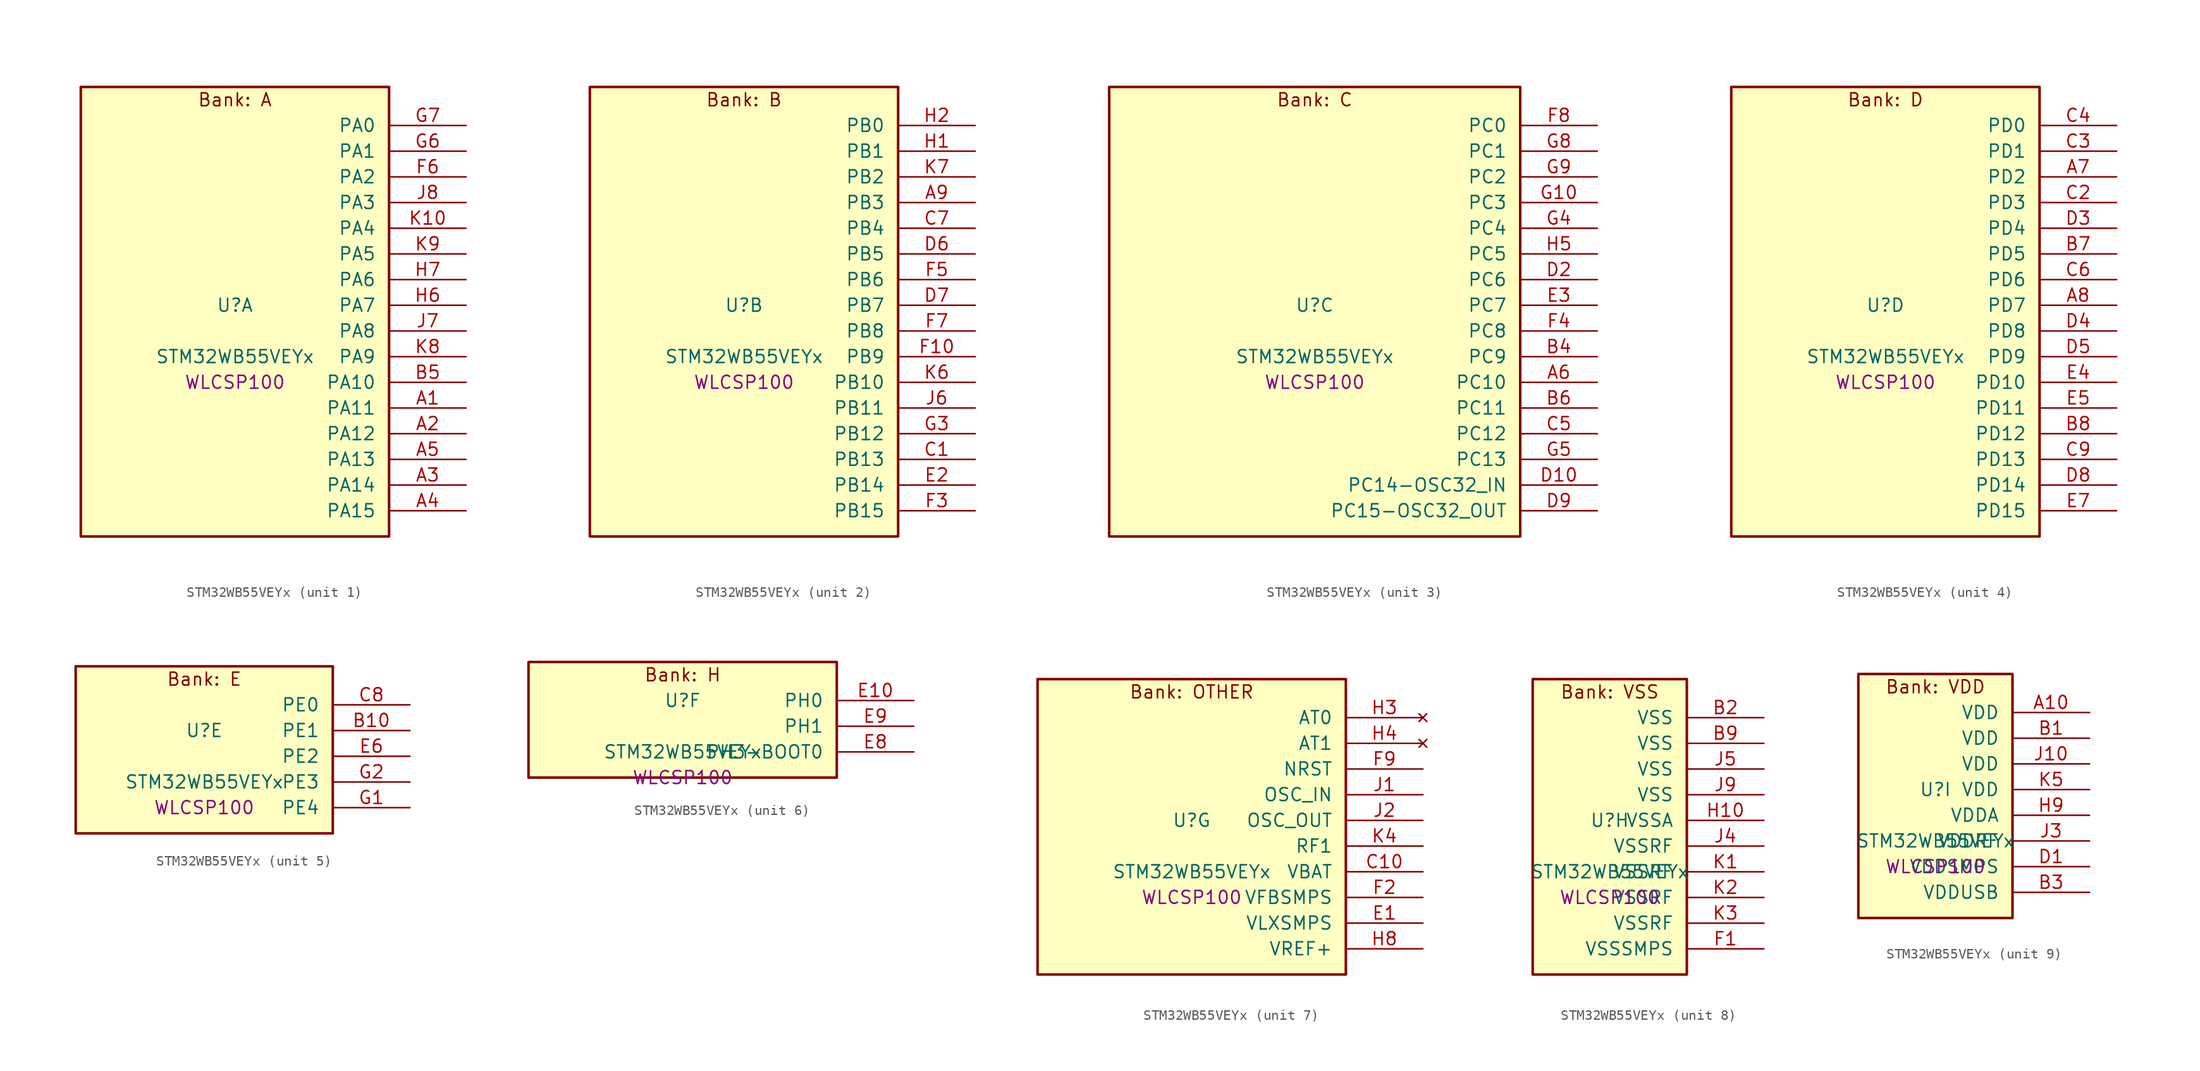
<source format=kicad_sym>
(kicad_symbol_lib
  (version 20241209)
  (generator "stm32_pkl_generator")
  (generator_version "1.0")
  (symbol "STM32WB55VEYx"
    (pin_names
      (offset 1.27))
    (property "Reference" "U"
      (at 0 2.54 0))
    (property "Value" "STM32WB55VEYx"
      (at 0 -2.54 0))
    (property "Footprint" "WLCSP100"
      (at 0 -5.08 0))
    (symbol "STM32WB55VEYx_1_1"
      (rectangle (start -15.24 24.13) (end 15.24 -20.32) (stroke (width 0.254) (type solid)) (fill (type background)))
      (text "Bank: A" (at 0 22.86 0))
      (pin bidirectional line (at 22.86 20.32 180) (length 7.62) (name "PA0") (number "G7") (alternate "PA0/ADC1_IN5" bidirectional line) (alternate "PA0/COMP1_INM" bidirectional line) (alternate "PA0/COMP1_OUT" bidirectional line) (alternate "PA0/RTC_TAMP2" bidirectional line) (alternate "PA0/SAI1_EXTCLK" bidirectional line) (alternate "PA0/SYS_WKUP1" bidirectional line) (alternate "PA0/TIM2_CH1" bidirectional line) (alternate "PA0/TIM2_ETR" bidirectional line))
      (pin bidirectional line (at 22.86 17.78 180) (length 7.62) (name "PA1") (number "G6") (alternate "PA1/ADC1_IN6" bidirectional line) (alternate "PA1/COMP1_INP" bidirectional line) (alternate "PA1/I2C1_SMBA" bidirectional line) (alternate "PA1/LCD_SEG0" bidirectional line) (alternate "PA1/SPI1_SCK" bidirectional line) (alternate "PA1/TIM2_CH2" bidirectional line))
      (pin bidirectional line (at 22.86 15.24 180) (length 7.62) (name "PA2") (number "F6") (alternate "PA2/ADC1_IN7" bidirectional line) (alternate "PA2/COMP2_INM" bidirectional line) (alternate "PA2/COMP2_OUT" bidirectional line) (alternate "PA2/LCD_SEG1" bidirectional line) (alternate "PA2/LPUART1_TX" bidirectional line) (alternate "PA2/QUADSPI_BK1_NCS" bidirectional line) (alternate "PA2/RCC_LSCO" bidirectional line) (alternate "PA2/SYS_WKUP4" bidirectional line) (alternate "PA2/TIM2_CH3" bidirectional line))
      (pin bidirectional line (at 22.86 12.7 180) (length 7.62) (name "PA3") (number "J8") (alternate "PA3/ADC1_IN8" bidirectional line) (alternate "PA3/COMP2_INP" bidirectional line) (alternate "PA3/LCD_SEG2" bidirectional line) (alternate "PA3/LPUART1_RX" bidirectional line) (alternate "PA3/QUADSPI_CLK" bidirectional line) (alternate "PA3/SAI1_CK1" bidirectional line) (alternate "PA3/SAI1_MCLK_A" bidirectional line) (alternate "PA3/TIM2_CH4" bidirectional line))
      (pin bidirectional line (at 22.86 10.16 180) (length 7.62) (name "PA4") (number "K10") (alternate "PA4/ADC1_IN9" bidirectional line) (alternate "PA4/COMP1_INM" bidirectional line) (alternate "PA4/COMP2_INM" bidirectional line) (alternate "PA4/LCD_SEG5" bidirectional line) (alternate "PA4/LPTIM2_OUT" bidirectional line) (alternate "PA4/SAI1_FS_B" bidirectional line) (alternate "PA4/SPI1_NSS" bidirectional line))
      (pin bidirectional line (at 22.86 7.62 180) (length 7.62) (name "PA5") (number "K9") (alternate "PA5/ADC1_IN10" bidirectional line) (alternate "PA5/COMP1_INM" bidirectional line) (alternate "PA5/COMP2_INM" bidirectional line) (alternate "PA5/LPTIM2_ETR" bidirectional line) (alternate "PA5/SAI1_SD_B" bidirectional line) (alternate "PA5/SPI1_SCK" bidirectional line) (alternate "PA5/TIM2_CH1" bidirectional line) (alternate "PA5/TIM2_ETR" bidirectional line))
      (pin bidirectional line (at 22.86 5.08 180) (length 7.62) (name "PA6") (number "H7") (alternate "PA6/ADC1_IN11" bidirectional line) (alternate "PA6/LCD_SEG3" bidirectional line) (alternate "PA6/LPUART1_CTS" bidirectional line) (alternate "PA6/QUADSPI_BK1_IO3" bidirectional line) (alternate "PA6/SPI1_MISO" bidirectional line) (alternate "PA6/TIM16_CH1" bidirectional line) (alternate "PA6/TIM1_BKIN" bidirectional line))
      (pin bidirectional line (at 22.86 2.54 180) (length 7.62) (name "PA7") (number "H6") (alternate "PA7/ADC1_IN12" bidirectional line) (alternate "PA7/COMP2_OUT" bidirectional line) (alternate "PA7/I2C3_SCL" bidirectional line) (alternate "PA7/LCD_SEG4" bidirectional line) (alternate "PA7/QUADSPI_BK1_IO2" bidirectional line) (alternate "PA7/SPI1_MOSI" bidirectional line) (alternate "PA7/TIM17_CH1" bidirectional line) (alternate "PA7/TIM1_CH1N" bidirectional line))
      (pin bidirectional line (at 22.86 0 180) (length 7.62) (name "PA8") (number "J7") (alternate "PA8/ADC1_IN15" bidirectional line) (alternate "PA8/LCD_COM0" bidirectional line) (alternate "PA8/LPTIM2_OUT" bidirectional line) (alternate "PA8/RCC_MCO" bidirectional line) (alternate "PA8/SAI1_CK2" bidirectional line) (alternate "PA8/SAI1_SCK_A" bidirectional line) (alternate "PA8/TIM1_CH1" bidirectional line) (alternate "PA8/USART1_CK" bidirectional line))
      (pin bidirectional line (at 22.86 -2.54 180) (length 7.62) (name "PA9") (number "K8") (alternate "PA9/ADC1_IN16" bidirectional line) (alternate "PA9/COMP1_INM" bidirectional line) (alternate "PA9/I2C1_SCL" bidirectional line) (alternate "PA9/LCD_COM1" bidirectional line) (alternate "PA9/SAI1_D2" bidirectional line) (alternate "PA9/SAI1_FS_A" bidirectional line) (alternate "PA9/SPI2_SCK" bidirectional line) (alternate "PA9/TIM1_CH2" bidirectional line) (alternate "PA9/USART1_TX" bidirectional line))
      (pin bidirectional line (at 22.86 -5.08 180) (length 7.62) (name "PA10") (number "B5") (alternate "PA10/CRS_SYNC" bidirectional line) (alternate "PA10/I2C1_SDA" bidirectional line) (alternate "PA10/LCD_COM2" bidirectional line) (alternate "PA10/SAI1_D1" bidirectional line) (alternate "PA10/SAI1_SD_A" bidirectional line) (alternate "PA10/TIM17_BKIN" bidirectional line) (alternate "PA10/TIM1_CH3" bidirectional line) (alternate "PA10/USART1_RX" bidirectional line))
      (pin bidirectional line (at 22.86 -7.62 180) (length 7.62) (name "PA11") (number "A1") (alternate "PA11/ADC1_EXTI11" bidirectional line) (alternate "PA11/SPI1_MISO" bidirectional line) (alternate "PA11/TIM1_BKIN2" bidirectional line) (alternate "PA11/TIM1_CH4" bidirectional line) (alternate "PA11/USART1_CTS" bidirectional line) (alternate "PA11/USART1_NSS" bidirectional line) (alternate "PA11/USB_DM" bidirectional line))
      (pin bidirectional line (at 22.86 -10.16 180) (length 7.62) (name "PA12") (number "A2") (alternate "PA12/LPUART1_RX" bidirectional line) (alternate "PA12/SPI1_MOSI" bidirectional line) (alternate "PA12/TIM1_ETR" bidirectional line) (alternate "PA12/USART1_DE" bidirectional line) (alternate "PA12/USART1_RTS" bidirectional line) (alternate "PA12/USB_DP" bidirectional line))
      (pin bidirectional line (at 22.86 -12.7 180) (length 7.62) (name "PA13") (number "A5") (alternate "PA13/IR_OUT" bidirectional line) (alternate "PA13/SAI1_SD_B" bidirectional line) (alternate "PA13/SYS_JTMS-SWDIO" bidirectional line) (alternate "PA13/USB_NOE" bidirectional line))
      (pin bidirectional line (at 22.86 -15.24 180) (length 7.62) (name "PA14") (number "A3") (alternate "PA14/I2C1_SMBA" bidirectional line) (alternate "PA14/LCD_SEG5" bidirectional line) (alternate "PA14/LPTIM1_OUT" bidirectional line) (alternate "PA14/SAI1_FS_B" bidirectional line) (alternate "PA14/SYS_JTCK-SWCLK" bidirectional line))
      (pin bidirectional line (at 22.86 -17.78 180) (length 7.62) (name "PA15") (number "A4") (alternate "PA15/ADC1_EXTI15" bidirectional line) (alternate "PA15/LCD_SEG17" bidirectional line) (alternate "PA15/RCC_MCO" bidirectional line) (alternate "PA15/SPI1_NSS" bidirectional line) (alternate "PA15/SYS_JTDI" bidirectional line) (alternate "PA15/TIM2_CH1" bidirectional line) (alternate "PA15/TIM2_ETR" bidirectional line) (alternate "PA15/TSC_G3_IO1" bidirectional line)))
    (symbol "STM32WB55VEYx_2_1"
      (rectangle (start -15.24 24.13) (end 15.24 -20.32) (stroke (width 0.254) (type solid)) (fill (type background)))
      (text "Bank: B" (at 0 22.86 0))
      (pin bidirectional line (at 22.86 20.32 180) (length 7.62) (name "PB0") (number "H2") (alternate "PB0/COMP1_OUT" bidirectional line) (alternate "PB0/RF_TX_MOD_EXT_PA" bidirectional line))
      (pin bidirectional line (at 22.86 17.78 180) (length 7.62) (name "PB1") (number "H1") (alternate "PB1/LPTIM2_IN1" bidirectional line) (alternate "PB1/LPUART1_DE" bidirectional line) (alternate "PB1/LPUART1_RTS" bidirectional line))
      (pin bidirectional line (at 22.86 15.24 180) (length 7.62) (name "PB2") (number "K7") (alternate "PB2/COMP1_INP" bidirectional line) (alternate "PB2/I2C3_SMBA" bidirectional line) (alternate "PB2/LCD_VLCD" bidirectional line) (alternate "PB2/LPTIM1_OUT" bidirectional line) (alternate "PB2/RTC_OUT2" bidirectional line) (alternate "PB2/SAI1_EXTCLK" bidirectional line) (alternate "PB2/SPI1_NSS" bidirectional line))
      (pin bidirectional line (at 22.86 12.7 180) (length 7.62) (name "PB3") (number "A9") (alternate "PB3/COMP2_INM" bidirectional line) (alternate "PB3/LCD_SEG7" bidirectional line) (alternate "PB3/SAI1_SCK_B" bidirectional line) (alternate "PB3/SPI1_SCK" bidirectional line) (alternate "PB3/SYS_JTDO-SWO" bidirectional line) (alternate "PB3/TIM2_CH2" bidirectional line) (alternate "PB3/USART1_DE" bidirectional line) (alternate "PB3/USART1_RTS" bidirectional line))
      (pin bidirectional line (at 22.86 10.16 180) (length 7.62) (name "PB4") (number "C7") (alternate "PB4/COMP2_INP" bidirectional line) (alternate "PB4/I2C3_SDA" bidirectional line) (alternate "PB4/LCD_SEG8" bidirectional line) (alternate "PB4/SAI1_MCLK_B" bidirectional line) (alternate "PB4/SPI1_MISO" bidirectional line) (alternate "PB4/SYS_JTRST" bidirectional line) (alternate "PB4/TIM17_BKIN" bidirectional line) (alternate "PB4/TSC_G2_IO1" bidirectional line) (alternate "PB4/USART1_CTS" bidirectional line) (alternate "PB4/USART1_NSS" bidirectional line))
      (pin bidirectional line (at 22.86 7.62 180) (length 7.62) (name "PB5") (number "D6") (alternate "PB5/COMP2_OUT" bidirectional line) (alternate "PB5/I2C1_SMBA" bidirectional line) (alternate "PB5/LCD_SEG9" bidirectional line) (alternate "PB5/LPTIM1_IN1" bidirectional line) (alternate "PB5/LPUART1_TX" bidirectional line) (alternate "PB5/SAI1_SD_B" bidirectional line) (alternate "PB5/SPI1_MOSI" bidirectional line) (alternate "PB5/TIM16_BKIN" bidirectional line) (alternate "PB5/TSC_G2_IO2" bidirectional line) (alternate "PB5/USART1_CK" bidirectional line))
      (pin bidirectional line (at 22.86 5.08 180) (length 7.62) (name "PB6") (number "F5") (alternate "PB6/COMP2_INP" bidirectional line) (alternate "PB6/I2C1_SCL" bidirectional line) (alternate "PB6/LCD_SEG6" bidirectional line) (alternate "PB6/LPTIM1_ETR" bidirectional line) (alternate "PB6/RCC_MCO" bidirectional line) (alternate "PB6/SAI1_FS_B" bidirectional line) (alternate "PB6/TIM16_CH1N" bidirectional line) (alternate "PB6/TSC_G2_IO3" bidirectional line) (alternate "PB6/USART1_TX" bidirectional line))
      (pin bidirectional line (at 22.86 2.54 180) (length 7.62) (name "PB7") (number "D7") (alternate "PB7/COMP2_INM" bidirectional line) (alternate "PB7/I2C1_SDA" bidirectional line) (alternate "PB7/LCD_SEG21" bidirectional line) (alternate "PB7/LPTIM1_IN2" bidirectional line) (alternate "PB7/SYS_PVD_IN" bidirectional line) (alternate "PB7/TIM17_CH1N" bidirectional line) (alternate "PB7/TIM1_BKIN" bidirectional line) (alternate "PB7/TSC_G2_IO4" bidirectional line) (alternate "PB7/USART1_RX" bidirectional line))
      (pin bidirectional line (at 22.86 0 180) (length 7.62) (name "PB8") (number "F7") (alternate "PB8/I2C1_SCL" bidirectional line) (alternate "PB8/LCD_SEG16" bidirectional line) (alternate "PB8/QUADSPI_BK1_IO1" bidirectional line) (alternate "PB8/SAI1_CK1" bidirectional line) (alternate "PB8/SAI1_MCLK_A" bidirectional line) (alternate "PB8/TIM16_CH1" bidirectional line) (alternate "PB8/TIM1_CH2N" bidirectional line))
      (pin bidirectional line (at 22.86 -2.54 180) (length 7.62) (name "PB9") (number "F10") (alternate "PB9/I2C1_SDA" bidirectional line) (alternate "PB9/IR_OUT" bidirectional line) (alternate "PB9/LCD_COM3" bidirectional line) (alternate "PB9/QUADSPI_BK1_IO0" bidirectional line) (alternate "PB9/SAI1_D2" bidirectional line) (alternate "PB9/SAI1_FS_A" bidirectional line) (alternate "PB9/SPI2_NSS" bidirectional line) (alternate "PB9/TIM17_CH1" bidirectional line) (alternate "PB9/TIM1_CH3N" bidirectional line) (alternate "PB9/TSC_G7_IO4" bidirectional line))
      (pin bidirectional line (at 22.86 -5.08 180) (length 7.62) (name "PB10") (number "K6") (alternate "PB10/COMP1_OUT" bidirectional line) (alternate "PB10/I2C3_SCL" bidirectional line) (alternate "PB10/LCD_SEG10" bidirectional line) (alternate "PB10/LPUART1_RX" bidirectional line) (alternate "PB10/QUADSPI_CLK" bidirectional line) (alternate "PB10/SAI1_SCK_A" bidirectional line) (alternate "PB10/SPI2_SCK" bidirectional line) (alternate "PB10/TIM2_CH3" bidirectional line) (alternate "PB10/TSC_SYNC" bidirectional line))
      (pin bidirectional line (at 22.86 -7.62 180) (length 7.62) (name "PB11") (number "J6") (alternate "PB11/ADC1_EXTI11" bidirectional line) (alternate "PB11/COMP2_OUT" bidirectional line) (alternate "PB11/I2C3_SDA" bidirectional line) (alternate "PB11/LCD_SEG11" bidirectional line) (alternate "PB11/LPUART1_TX" bidirectional line) (alternate "PB11/QUADSPI_BK1_NCS" bidirectional line) (alternate "PB11/TIM2_CH4" bidirectional line))
      (pin bidirectional line (at 22.86 -10.16 180) (length 7.62) (name "PB12") (number "G3") (alternate "PB12/I2C3_SMBA" bidirectional line) (alternate "PB12/LCD_SEG12" bidirectional line) (alternate "PB12/LPUART1_DE" bidirectional line) (alternate "PB12/LPUART1_RTS" bidirectional line) (alternate "PB12/SAI1_FS_A" bidirectional line) (alternate "PB12/SPI2_NSS" bidirectional line) (alternate "PB12/TIM1_BKIN" bidirectional line) (alternate "PB12/TSC_G1_IO1" bidirectional line))
      (pin bidirectional line (at 22.86 -12.7 180) (length 7.62) (name "PB13") (number "C1") (alternate "PB13/I2C3_SCL" bidirectional line) (alternate "PB13/LCD_SEG13" bidirectional line) (alternate "PB13/LPUART1_CTS" bidirectional line) (alternate "PB13/SAI1_SCK_A" bidirectional line) (alternate "PB13/SPI2_SCK" bidirectional line) (alternate "PB13/TIM1_CH1N" bidirectional line) (alternate "PB13/TSC_G1_IO2" bidirectional line))
      (pin bidirectional line (at 22.86 -15.24 180) (length 7.62) (name "PB14") (number "E2") (alternate "PB14/I2C3_SDA" bidirectional line) (alternate "PB14/LCD_SEG14" bidirectional line) (alternate "PB14/SAI1_MCLK_A" bidirectional line) (alternate "PB14/SPI2_MISO" bidirectional line) (alternate "PB14/TIM1_CH2N" bidirectional line) (alternate "PB14/TSC_G1_IO3" bidirectional line))
      (pin bidirectional line (at 22.86 -17.78 180) (length 7.62) (name "PB15") (number "F3") (alternate "PB15/ADC1_EXTI15" bidirectional line) (alternate "PB15/LCD_SEG15" bidirectional line) (alternate "PB15/RTC_REFIN" bidirectional line) (alternate "PB15/SAI1_SD_A" bidirectional line) (alternate "PB15/SPI2_MOSI" bidirectional line) (alternate "PB15/TIM1_CH3N" bidirectional line) (alternate "PB15/TSC_G1_IO4" bidirectional line)))
    (symbol "STM32WB55VEYx_3_1"
      (rectangle (start -20.32 24.13) (end 20.32 -20.32) (stroke (width 0.254) (type solid)) (fill (type background)))
      (text "Bank: C" (at 0 22.86 0))
      (pin bidirectional line (at 27.94 20.32 180) (length 7.62) (name "PC0") (number "F8") (alternate "PC0/ADC1_IN1" bidirectional line) (alternate "PC0/I2C3_SCL" bidirectional line) (alternate "PC0/LCD_SEG18" bidirectional line) (alternate "PC0/LPTIM1_IN1" bidirectional line) (alternate "PC0/LPTIM2_IN1" bidirectional line) (alternate "PC0/LPUART1_RX" bidirectional line))
      (pin bidirectional line (at 27.94 17.78 180) (length 7.62) (name "PC1") (number "G8") (alternate "PC1/ADC1_IN2" bidirectional line) (alternate "PC1/I2C3_SDA" bidirectional line) (alternate "PC1/LCD_SEG19" bidirectional line) (alternate "PC1/LPTIM1_OUT" bidirectional line) (alternate "PC1/LPUART1_TX" bidirectional line) (alternate "PC1/SPI2_MOSI" bidirectional line))
      (pin bidirectional line (at 27.94 15.24 180) (length 7.62) (name "PC2") (number "G9") (alternate "PC2/ADC1_IN3" bidirectional line) (alternate "PC2/LCD_SEG20" bidirectional line) (alternate "PC2/LPTIM1_IN2" bidirectional line) (alternate "PC2/SPI2_MISO" bidirectional line))
      (pin bidirectional line (at 27.94 12.7 180) (length 7.62) (name "PC3") (number "G10") (alternate "PC3/ADC1_IN4" bidirectional line) (alternate "PC3/LCD_VLCD" bidirectional line) (alternate "PC3/LPTIM1_ETR" bidirectional line) (alternate "PC3/LPTIM2_ETR" bidirectional line) (alternate "PC3/SAI1_D1" bidirectional line) (alternate "PC3/SAI1_SD_A" bidirectional line) (alternate "PC3/SPI2_MOSI" bidirectional line))
      (pin bidirectional line (at 27.94 10.16 180) (length 7.62) (name "PC4") (number "G4") (alternate "PC4/ADC1_IN13" bidirectional line) (alternate "PC4/COMP1_INM" bidirectional line) (alternate "PC4/LCD_SEG22" bidirectional line))
      (pin bidirectional line (at 27.94 7.62 180) (length 7.62) (name "PC5") (number "H5") (alternate "PC5/ADC1_IN14" bidirectional line) (alternate "PC5/COMP1_INP" bidirectional line) (alternate "PC5/LCD_SEG23" bidirectional line) (alternate "PC5/SAI1_D3" bidirectional line) (alternate "PC5/SYS_WKUP5" bidirectional line))
      (pin bidirectional line (at 27.94 5.08 180) (length 7.62) (name "PC6") (number "D2") (alternate "PC6/LCD_SEG24" bidirectional line) (alternate "PC6/TSC_G4_IO1" bidirectional line))
      (pin bidirectional line (at 27.94 2.54 180) (length 7.62) (name "PC7") (number "E3") (alternate "PC7/LCD_SEG25" bidirectional line) (alternate "PC7/TSC_G4_IO2" bidirectional line))
      (pin bidirectional line (at 27.94 0 180) (length 7.62) (name "PC8") (number "F4") (alternate "PC8/LCD_SEG26" bidirectional line) (alternate "PC8/TSC_G4_IO3" bidirectional line))
      (pin bidirectional line (at 27.94 -2.54 180) (length 7.62) (name "PC9") (number "B4") (alternate "PC9/LCD_SEG27" bidirectional line) (alternate "PC9/SAI1_SCK_B" bidirectional line) (alternate "PC9/TIM1_BKIN" bidirectional line) (alternate "PC9/TSC_G4_IO4" bidirectional line) (alternate "PC9/USB_NOE" bidirectional line))
      (pin bidirectional line (at 27.94 -5.08 180) (length 7.62) (name "PC10") (number "A6") (alternate "PC10/LCD_COM4" bidirectional line) (alternate "PC10/LCD_SEG28" bidirectional line) (alternate "PC10/LCD_SEG40" bidirectional line) (alternate "PC10/SYS_TRACED1" bidirectional line) (alternate "PC10/TSC_G3_IO2" bidirectional line))
      (pin bidirectional line (at 27.94 -7.62 180) (length 7.62) (name "PC11") (number "B6") (alternate "PC11/ADC1_EXTI11" bidirectional line) (alternate "PC11/LCD_COM5" bidirectional line) (alternate "PC11/LCD_SEG29" bidirectional line) (alternate "PC11/LCD_SEG41" bidirectional line) (alternate "PC11/TSC_G3_IO3" bidirectional line))
      (pin bidirectional line (at 27.94 -10.16 180) (length 7.62) (name "PC12") (number "C5") (alternate "PC12/LCD_COM6" bidirectional line) (alternate "PC12/LCD_SEG30" bidirectional line) (alternate "PC12/LCD_SEG42" bidirectional line) (alternate "PC12/RCC_LSCO" bidirectional line) (alternate "PC12/RTC_TAMP3" bidirectional line) (alternate "PC12/SYS_TRACED3" bidirectional line) (alternate "PC12/SYS_WKUP3" bidirectional line) (alternate "PC12/TSC_G3_IO4" bidirectional line))
      (pin bidirectional line (at 27.94 -12.7 180) (length 7.62) (name "PC13") (number "G5") (alternate "PC13/RTC_OUT1" bidirectional line) (alternate "PC13/RTC_TAMP1" bidirectional line) (alternate "PC13/RTC_TS" bidirectional line) (alternate "PC13/SYS_WKUP2" bidirectional line))
      (pin bidirectional line (at 27.94 -15.24 180) (length 7.62) (name "PC14-OSC32_IN") (number "D10") (alternate "PC14-OSC32_IN/RCC_OSC32_IN" bidirectional line))
      (pin bidirectional line (at 27.94 -17.78 180) (length 7.62) (name "PC15-OSC32_OUT") (number "D9") (alternate "PC15-OSC32_OUT/ADC1_EXTI15" bidirectional line) (alternate "PC15-OSC32_OUT/RCC_OSC32_OUT" bidirectional line)))
    (symbol "STM32WB55VEYx_4_1"
      (rectangle (start -15.24 24.13) (end 15.24 -20.32) (stroke (width 0.254) (type solid)) (fill (type background)))
      (text "Bank: D" (at 0 22.86 0))
      (pin bidirectional line (at 22.86 20.32 180) (length 7.62) (name "PD0") (number "C4") (alternate "PD0/SPI2_NSS" bidirectional line))
      (pin bidirectional line (at 22.86 17.78 180) (length 7.62) (name "PD1") (number "C3") (alternate "PD1/SPI2_SCK" bidirectional line))
      (pin bidirectional line (at 22.86 15.24 180) (length 7.62) (name "PD2") (number "A7") (alternate "PD2/LCD_COM7" bidirectional line) (alternate "PD2/LCD_SEG31" bidirectional line) (alternate "PD2/LCD_SEG43" bidirectional line) (alternate "PD2/SYS_TRACED2" bidirectional line) (alternate "PD2/TSC_SYNC" bidirectional line))
      (pin bidirectional line (at 22.86 12.7 180) (length 7.62) (name "PD3") (number "C2") (alternate "PD3/QUADSPI_BK1_NCS" bidirectional line) (alternate "PD3/SPI2_MISO" bidirectional line) (alternate "PD3/SPI2_SCK" bidirectional line))
      (pin bidirectional line (at 22.86 10.16 180) (length 7.62) (name "PD4") (number "D3") (alternate "PD4/QUADSPI_BK1_IO0" bidirectional line) (alternate "PD4/SPI2_MOSI" bidirectional line) (alternate "PD4/TSC_G5_IO1" bidirectional line))
      (pin bidirectional line (at 22.86 7.62 180) (length 7.62) (name "PD5") (number "B7") (alternate "PD5/QUADSPI_BK1_IO1" bidirectional line) (alternate "PD5/SAI1_MCLK_B" bidirectional line) (alternate "PD5/TSC_G5_IO2" bidirectional line))
      (pin bidirectional line (at 22.86 5.08 180) (length 7.62) (name "PD6") (number "C6") (alternate "PD6/QUADSPI_BK1_IO2" bidirectional line) (alternate "PD6/SAI1_D1" bidirectional line) (alternate "PD6/SAI1_SD_A" bidirectional line) (alternate "PD6/TSC_G5_IO3" bidirectional line))
      (pin bidirectional line (at 22.86 2.54 180) (length 7.62) (name "PD7") (number "A8") (alternate "PD7/LCD_SEG39" bidirectional line) (alternate "PD7/QUADSPI_BK1_IO3" bidirectional line) (alternate "PD7/TSC_G5_IO4" bidirectional line))
      (pin bidirectional line (at 22.86 0 180) (length 7.62) (name "PD8") (number "D4") (alternate "PD8/LCD_SEG28" bidirectional line) (alternate "PD8/TIM1_BKIN2" bidirectional line))
      (pin bidirectional line (at 22.86 -2.54 180) (length 7.62) (name "PD9") (number "D5") (alternate "PD9/LCD_SEG29" bidirectional line) (alternate "PD9/SYS_TRACED0" bidirectional line))
      (pin bidirectional line (at 22.86 -5.08 180) (length 7.62) (name "PD10") (number "E4") (alternate "PD10/LCD_SEG30" bidirectional line) (alternate "PD10/SYS_TRIG_INOUT" bidirectional line) (alternate "PD10/TSC_G6_IO1" bidirectional line))
      (pin bidirectional line (at 22.86 -7.62 180) (length 7.62) (name "PD11") (number "E5") (alternate "PD11/ADC1_EXTI11" bidirectional line) (alternate "PD11/LCD_SEG31" bidirectional line) (alternate "PD11/LPTIM2_ETR" bidirectional line) (alternate "PD11/TSC_G6_IO2" bidirectional line))
      (pin bidirectional line (at 22.86 -10.16 180) (length 7.62) (name "PD12") (number "B8") (alternate "PD12/LCD_SEG32" bidirectional line) (alternate "PD12/LPTIM2_IN1" bidirectional line) (alternate "PD12/TSC_G6_IO3" bidirectional line))
      (pin bidirectional line (at 22.86 -12.7 180) (length 7.62) (name "PD13") (number "C9") (alternate "PD13/LCD_SEG33" bidirectional line) (alternate "PD13/LPTIM2_OUT" bidirectional line) (alternate "PD13/TSC_G6_IO4" bidirectional line))
      (pin bidirectional line (at 22.86 -15.24 180) (length 7.62) (name "PD14") (number "D8") (alternate "PD14/LCD_SEG34" bidirectional line) (alternate "PD14/TIM1_CH1" bidirectional line))
      (pin bidirectional line (at 22.86 -17.78 180) (length 7.62) (name "PD15") (number "E7") (alternate "PD15/ADC1_EXTI15" bidirectional line) (alternate "PD15/LCD_SEG35" bidirectional line) (alternate "PD15/TIM1_CH2" bidirectional line)))
    (symbol "STM32WB55VEYx_5_1"
      (rectangle (start -12.7 8.89) (end 12.7 -7.62) (stroke (width 0.254) (type solid)) (fill (type background)))
      (text "Bank: E" (at 0 7.62 0))
      (pin bidirectional line (at 20.32 5.08 180) (length 7.62) (name "PE0") (number "C8") (alternate "PE0/LCD_SEG36" bidirectional line) (alternate "PE0/TIM16_CH1" bidirectional line) (alternate "PE0/TIM1_ETR" bidirectional line) (alternate "PE0/TSC_G7_IO3" bidirectional line))
      (pin bidirectional line (at 20.32 2.54 180) (length 7.62) (name "PE1") (number "B10") (alternate "PE1/LCD_SEG37" bidirectional line) (alternate "PE1/TIM17_CH1" bidirectional line) (alternate "PE1/TSC_G7_IO2" bidirectional line))
      (pin bidirectional line (at 20.32 0 180) (length 7.62) (name "PE2") (number "E6") (alternate "PE2/LCD_SEG38" bidirectional line) (alternate "PE2/SAI1_CK1" bidirectional line) (alternate "PE2/SAI1_MCLK_A" bidirectional line) (alternate "PE2/SYS_TRACECLK" bidirectional line) (alternate "PE2/TSC_G7_IO1" bidirectional line))
      (pin bidirectional line (at 20.32 -2.54 180) (length 7.62) (name "PE3") (number "G2"))
      (pin bidirectional line (at 20.32 -5.08 180) (length 7.62) (name "PE4") (number "G1")))
    (symbol "STM32WB55VEYx_6_1"
      (rectangle (start -15.24 6.35) (end 15.24 -5.08) (stroke (width 0.254) (type solid)) (fill (type background)))
      (text "Bank: H" (at 0 5.08 0))
      (pin bidirectional line (at 22.86 2.54 180) (length 7.62) (name "PH0") (number "E10"))
      (pin bidirectional line (at 22.86 0 180) (length 7.62) (name "PH1") (number "E9"))
      (pin bidirectional line (at 22.86 -2.54 180) (length 7.62) (name "PH3-BOOT0") (number "E8") (alternate "PH3-BOOT0/RCC_LSCO" bidirectional line)))
    (symbol "STM32WB55VEYx_7_1"
      (rectangle (start -15.24 16.51) (end 15.24 -12.7) (stroke (width 0.254) (type solid)) (fill (type background)))
      (text "Bank: OTHER" (at 0 15.24 0))
      (pin no_connect line (at 22.86 12.7 180) (length 7.62) (name "AT0") (number "H3"))
      (pin no_connect line (at 22.86 10.16 180) (length 7.62) (name "AT1") (number "H4"))
      (pin input line (at 22.86 7.62 180) (length 7.62) (name "NRST") (number "F9"))
      (pin bidirectional line (at 22.86 5.08 180) (length 7.62) (name "OSC_IN") (number "J1") (alternate "OSC_IN/RCC_OSC_IN" bidirectional line))
      (pin bidirectional line (at 22.86 2.54 180) (length 7.62) (name "OSC_OUT") (number "J2") (alternate "OSC_OUT/RCC_OSC_OUT" bidirectional line))
      (pin bidirectional line (at 22.86 0 180) (length 7.62) (name "RF1") (number "K4") (alternate "RF1/RF_RF1" bidirectional line))
      (pin power_in line (at 22.86 -2.54 180) (length 7.62) (name "VBAT") (number "C10"))
      (pin power_in line (at 22.86 -5.08 180) (length 7.62) (name "VFBSMPS") (number "F2"))
      (pin power_in line (at 22.86 -7.62 180) (length 7.62) (name "VLXSMPS") (number "E1"))
      (pin bidirectional line (at 22.86 -10.16 180) (length 7.62) (name "VREF+") (number "H8") (alternate "VREF+/VREFBUF_OUT" bidirectional line)))
    (symbol "STM32WB55VEYx_8_1"
      (rectangle (start -7.62 16.51) (end 7.62 -12.7) (stroke (width 0.254) (type solid)) (fill (type background)))
      (text "Bank: VSS" (at 0 15.24 0))
      (pin power_in line (at 15.24 12.7 180) (length 7.62) (name "VSS") (number "B2"))
      (pin power_in line (at 15.24 10.16 180) (length 7.62) (name "VSS") (number "B9"))
      (pin power_in line (at 15.24 7.62 180) (length 7.62) (name "VSS") (number "J5"))
      (pin power_in line (at 15.24 5.08 180) (length 7.62) (name "VSS") (number "J9"))
      (pin power_in line (at 15.24 2.54 180) (length 7.62) (name "VSSA") (number "H10"))
      (pin power_in line (at 15.24 0 180) (length 7.62) (name "VSSRF") (number "J4"))
      (pin power_in line (at 15.24 -2.54 180) (length 7.62) (name "VSSRF") (number "K1"))
      (pin power_in line (at 15.24 -5.08 180) (length 7.62) (name "VSSRF") (number "K2"))
      (pin power_in line (at 15.24 -7.62 180) (length 7.62) (name "VSSRF") (number "K3"))
      (pin power_in line (at 15.24 -10.16 180) (length 7.62) (name "VSSSMPS") (number "F1")))
    (symbol "STM32WB55VEYx_9_1"
      (rectangle (start -7.62 13.97) (end 7.62 -10.16) (stroke (width 0.254) (type solid)) (fill (type background)))
      (text "Bank: VDD" (at 0 12.7 0))
      (pin power_in line (at 15.24 10.16 180) (length 7.62) (name "VDD") (number "A10"))
      (pin power_in line (at 15.24 7.62 180) (length 7.62) (name "VDD") (number "B1"))
      (pin power_in line (at 15.24 5.08 180) (length 7.62) (name "VDD") (number "J10"))
      (pin power_in line (at 15.24 2.54 180) (length 7.62) (name "VDD") (number "K5"))
      (pin power_in line (at 15.24 0 180) (length 7.62) (name "VDDA") (number "H9"))
      (pin power_in line (at 15.24 -2.54 180) (length 7.62) (name "VDDRF") (number "J3"))
      (pin power_in line (at 15.24 -5.08 180) (length 7.62) (name "VDDSMPS") (number "D1"))
      (pin power_in line (at 15.24 -7.62 180) (length 7.62) (name "VDDUSB") (number "B3")))))
</source>
